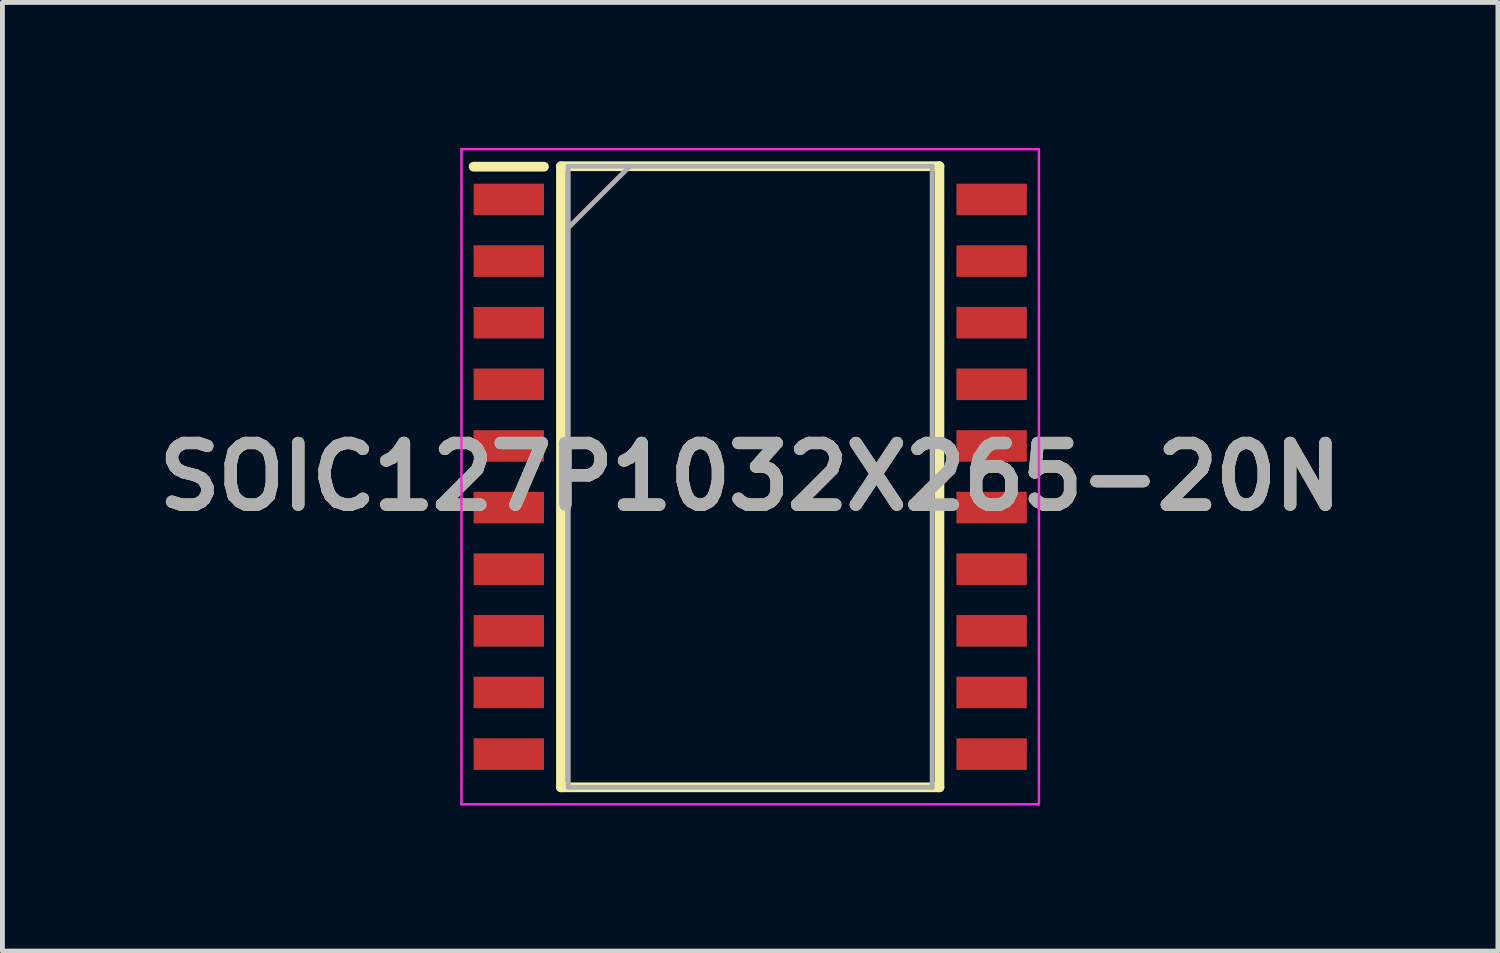
<source format=kicad_pcb>
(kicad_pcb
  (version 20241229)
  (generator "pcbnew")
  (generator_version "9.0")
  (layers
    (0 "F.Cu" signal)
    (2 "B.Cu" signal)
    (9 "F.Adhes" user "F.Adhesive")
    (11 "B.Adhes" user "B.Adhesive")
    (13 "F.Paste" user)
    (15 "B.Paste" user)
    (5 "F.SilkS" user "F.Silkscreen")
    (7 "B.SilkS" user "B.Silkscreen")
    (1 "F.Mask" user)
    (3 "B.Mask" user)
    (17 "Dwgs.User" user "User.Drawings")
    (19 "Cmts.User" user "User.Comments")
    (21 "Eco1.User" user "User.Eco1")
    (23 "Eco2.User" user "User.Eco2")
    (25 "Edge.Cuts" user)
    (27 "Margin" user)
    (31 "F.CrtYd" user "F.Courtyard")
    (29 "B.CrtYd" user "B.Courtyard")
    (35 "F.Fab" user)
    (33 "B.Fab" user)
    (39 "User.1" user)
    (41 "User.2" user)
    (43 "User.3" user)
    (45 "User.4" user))
  (footprint "SOIC127P1032X265-20N"
    (layer "F.Cu")
    (at 12.41 6.775)
    (property "Reference" "SOIC127P1032X265-20N" (at 0 0 0) (layer "F.SilkS") (effects (font (size 1.27 1.27) (thickness 0.254))))
    (attr smd)
    (fp_line (start -5.7 -6.39) (end -4.25 -6.39) (stroke (width 0.2) (type solid)) (layer "F.SilkS"))
    (fp_line (start -3.9 -6.4) (end 3.9 -6.4) (stroke (width 0.2) (type solid)) (layer "F.SilkS"))
    (fp_line (start -3.9 6.4) (end -3.9 -6.4) (stroke (width 0.2) (type solid)) (layer "F.SilkS"))
    (fp_line (start 3.9 -6.4) (end 3.9 6.4) (stroke (width 0.2) (type solid)) (layer "F.SilkS"))
    (fp_line (start 3.9 6.4) (end -3.9 6.4) (stroke (width 0.2) (type solid)) (layer "F.SilkS"))
    (fp_line (start -5.95 -6.75) (end 5.95 -6.75) (stroke (width 0.05) (type solid)) (layer "F.CrtYd"))
    (fp_line (start -5.95 6.75) (end -5.95 -6.75) (stroke (width 0.05) (type solid)) (layer "F.CrtYd"))
    (fp_line (start 5.95 -6.75) (end 5.95 6.75) (stroke (width 0.05) (type solid)) (layer "F.CrtYd"))
    (fp_line (start 5.95 6.75) (end -5.95 6.75) (stroke (width 0.05) (type solid)) (layer "F.CrtYd"))
    (fp_line (start -3.75 -6.4) (end 3.75 -6.4) (stroke (width 0.1) (type solid)) (layer "F.Fab"))
    (fp_line (start -3.75 -5.13) (end -2.48 -6.4) (stroke (width 0.1) (type solid)) (layer "F.Fab"))
    (fp_line (start -3.75 6.4) (end -3.75 -6.4) (stroke (width 0.1) (type solid)) (layer "F.Fab"))
    (fp_line (start 3.75 -6.4) (end 3.75 6.4) (stroke (width 0.1) (type solid)) (layer "F.Fab"))
    (fp_line (start 3.75 6.4) (end -3.75 6.4) (stroke (width 0.1) (type solid)) (layer "F.Fab"))
    (fp_text user "${REFERENCE}" (at 0 0 0) (layer "F.Fab") (effects (font (size 1.27 1.27) (thickness 0.254))))
    (pad "1" smd rect (at -4.975 -5.715 90) (size 0.65 1.45) (layers "F.Cu" "F.Mask" "F.Paste"))
    (pad "2" smd rect (at -4.975 -4.445 90) (size 0.65 1.45) (layers "F.Cu" "F.Mask" "F.Paste"))
    (pad "3" smd rect (at -4.975 -3.175 90) (size 0.65 1.45) (layers "F.Cu" "F.Mask" "F.Paste"))
    (pad "4" smd rect (at -4.975 -1.905 90) (size 0.65 1.45) (layers "F.Cu" "F.Mask" "F.Paste"))
    (pad "5" smd rect (at -4.975 -0.635 90) (size 0.65 1.45) (layers "F.Cu" "F.Mask" "F.Paste"))
    (pad "6" smd rect (at -4.975 0.635 90) (size 0.65 1.45) (layers "F.Cu" "F.Mask" "F.Paste"))
    (pad "7" smd rect (at -4.975 1.905 90) (size 0.65 1.45) (layers "F.Cu" "F.Mask" "F.Paste"))
    (pad "8" smd rect (at -4.975 3.175 90) (size 0.65 1.45) (layers "F.Cu" "F.Mask" "F.Paste"))
    (pad "9" smd rect (at -4.975 4.445 90) (size 0.65 1.45) (layers "F.Cu" "F.Mask" "F.Paste"))
    (pad "10" smd rect (at -4.975 5.715 90) (size 0.65 1.45) (layers "F.Cu" "F.Mask" "F.Paste"))
    (pad "11" smd rect (at 4.975 5.715 90) (size 0.65 1.45) (layers "F.Cu" "F.Mask" "F.Paste"))
    (pad "12" smd rect (at 4.975 4.445 90) (size 0.65 1.45) (layers "F.Cu" "F.Mask" "F.Paste"))
    (pad "13" smd rect (at 4.975 3.175 90) (size 0.65 1.45) (layers "F.Cu" "F.Mask" "F.Paste"))
    (pad "14" smd rect (at 4.975 1.905 90) (size 0.65 1.45) (layers "F.Cu" "F.Mask" "F.Paste"))
    (pad "15" smd rect (at 4.975 0.635 90) (size 0.65 1.45) (layers "F.Cu" "F.Mask" "F.Paste"))
    (pad "16" smd rect (at 4.975 -0.635 90) (size 0.65 1.45) (layers "F.Cu" "F.Mask" "F.Paste"))
    (pad "17" smd rect (at 4.975 -1.905 90) (size 0.65 1.45) (layers "F.Cu" "F.Mask" "F.Paste"))
    (pad "18" smd rect (at 4.975 -3.175 90) (size 0.65 1.45) (layers "F.Cu" "F.Mask" "F.Paste"))
    (pad "19" smd rect (at 4.975 -4.445 90) (size 0.65 1.45) (layers "F.Cu" "F.Mask" "F.Paste"))
    (pad "20" smd rect (at 4.975 -5.715 90) (size 0.65 1.45) (layers "F.Cu" "F.Mask" "F.Paste")))
  (gr_rect
    (start -3 -3)
    (end 27.819 16.55)
    (stroke (width 0.1) (type default))
    (fill no)
    (layer "Edge.Cuts")))
</source>
